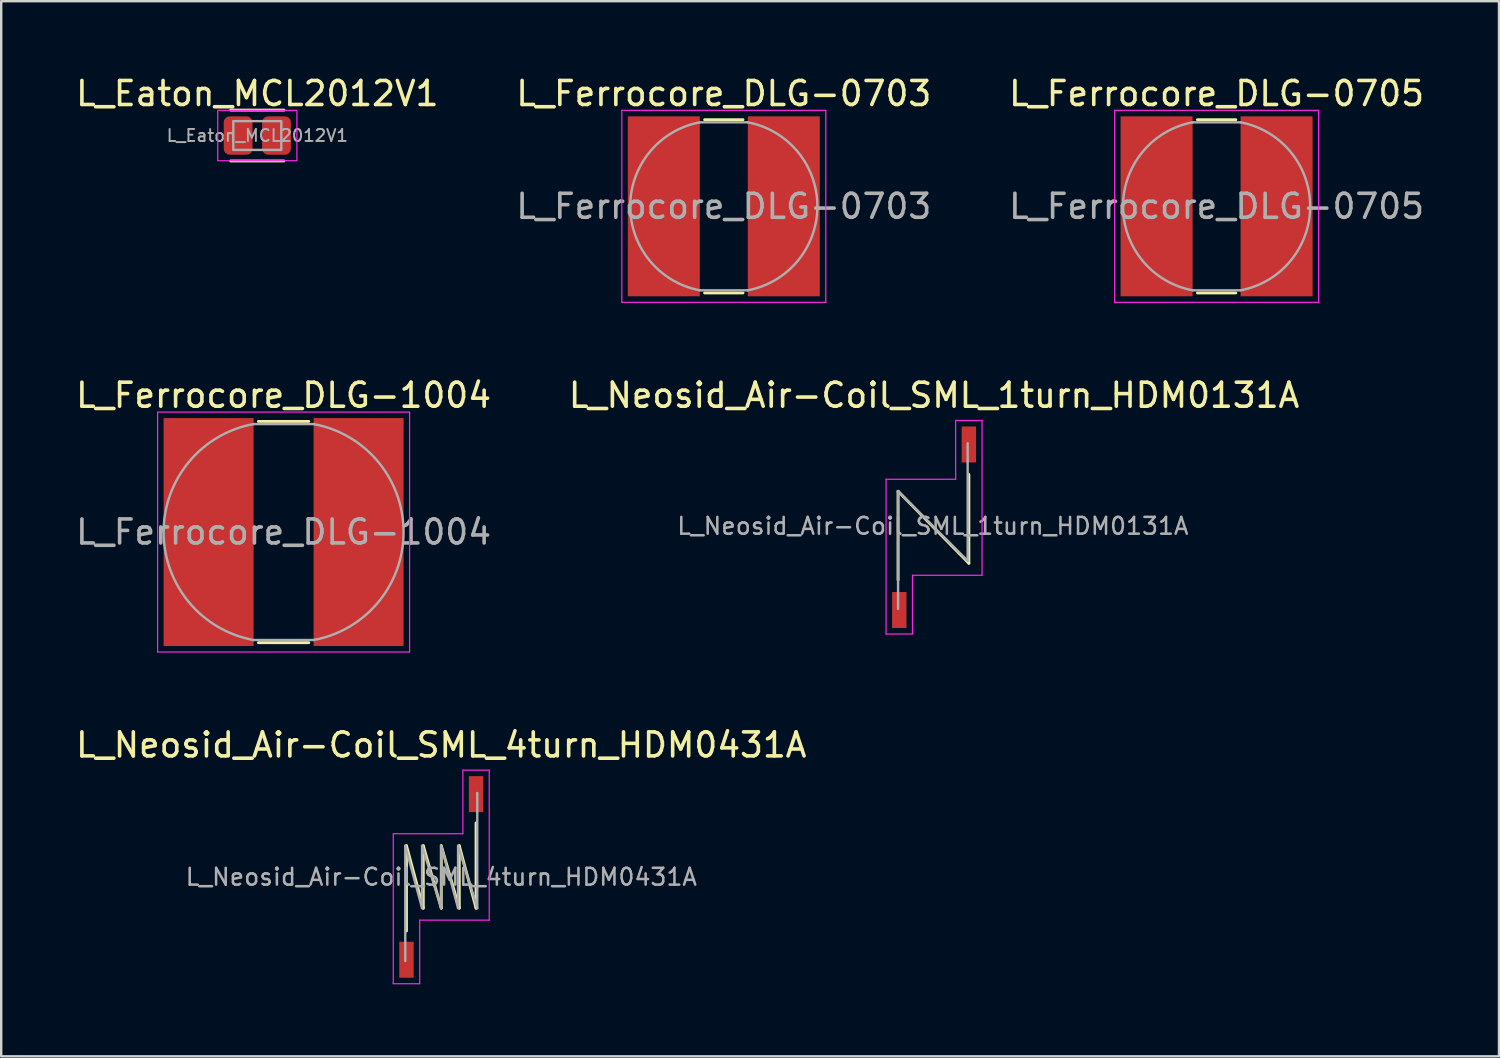
<source format=kicad_pcb>
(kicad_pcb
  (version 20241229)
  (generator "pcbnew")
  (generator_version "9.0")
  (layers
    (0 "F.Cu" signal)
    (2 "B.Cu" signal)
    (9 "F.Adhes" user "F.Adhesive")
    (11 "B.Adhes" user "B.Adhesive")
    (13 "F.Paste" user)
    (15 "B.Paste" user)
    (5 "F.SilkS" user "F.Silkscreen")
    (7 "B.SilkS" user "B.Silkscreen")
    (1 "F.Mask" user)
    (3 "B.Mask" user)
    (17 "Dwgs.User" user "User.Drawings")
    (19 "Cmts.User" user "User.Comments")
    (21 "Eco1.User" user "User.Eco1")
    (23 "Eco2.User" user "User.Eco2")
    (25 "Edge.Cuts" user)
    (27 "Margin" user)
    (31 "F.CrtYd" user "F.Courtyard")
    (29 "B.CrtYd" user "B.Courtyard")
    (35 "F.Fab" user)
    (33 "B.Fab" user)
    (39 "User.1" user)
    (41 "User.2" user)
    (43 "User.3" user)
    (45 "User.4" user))
  (footprint "L_Ferrocore_DLG-0705"
    (layer "F.Cu")
    (at 47.649 5.548)
    (property "Reference" "L_Ferrocore_DLG-0705" (at 0 -4.7 0) (layer "F.SilkS") (effects (font (size 1 1) (thickness 0.15))))
    (attr smd)
    (fp_line (start -0.8 -3.61) (end 0.8 -3.61) (stroke (width 0.12) (type solid)) (layer "F.SilkS"))
    (fp_line (start -0.8 3.61) (end 0.8 3.61) (stroke (width 0.12) (type solid)) (layer "F.SilkS"))
    (fp_line (start -4.25 -4) (end -4.25 4) (stroke (width 0.05) (type solid)) (layer "F.CrtYd"))
    (fp_line (start -4.25 4) (end 4.25 4) (stroke (width 0.05) (type solid)) (layer "F.CrtYd"))
    (fp_line (start 4.25 -4) (end -4.25 -4) (stroke (width 0.05) (type solid)) (layer "F.CrtYd"))
    (fp_line (start 4.25 4) (end 4.25 -4) (stroke (width 0.05) (type solid)) (layer "F.CrtYd"))
    (fp_line (start -1 -3.5) (end 1 -3.5) (stroke (width 0.1) (type solid)) (layer "F.Fab"))
    (fp_line (start -1 3.5) (end 1 3.5) (stroke (width 0.1) (type solid)) (layer "F.Fab"))
    (fp_arc (start -1 3.5) (mid -3.9 0) (end -1 -3.5) (stroke (width 0.1) (type solid)) (layer "F.Fab"))
    (fp_arc (start 1 -3.5) (mid 3.9 0) (end 1 3.5) (stroke (width 0.1) (type solid)) (layer "F.Fab"))
    (fp_text user "${REFERENCE}" (at 0 0 0) (layer "F.Fab") (effects (font (size 1 1) (thickness 0.15))))
    (pad "1" smd rect (at -2.5 0) (size 3 7.5) (layers "F.Cu" "F.Mask" "F.Paste"))
    (pad "2" smd rect (at 2.5 0) (size 3 7.5) (layers "F.Cu" "F.Mask" "F.Paste")))
  (footprint "L_Neosid_Air-Coil_SML_4turn_HDM0431A"
    (layer "F.Cu")
    (at 15.339 33.495)
    (property "Reference" "L_Neosid_Air-Coil_SML_4turn_HDM0431A" (at 0 -5.5 0) (layer "F.SilkS") (effects (font (size 1 1) (thickness 0.15))))
    (attr smd)
    (fp_line (start -1.45 -1.3) (end -1.45 2.25) (stroke (width 0.12) (type solid)) (layer "F.SilkS"))
    (fp_line (start -1.45 -1.3) (end -0.75 1.3) (stroke (width 0.12) (type solid)) (layer "F.SilkS"))
    (fp_line (start -0.75 -1.3) (end -0.75 1.3) (stroke (width 0.12) (type solid)) (layer "F.SilkS"))
    (fp_line (start -0.75 -1.3) (end 0 1.3) (stroke (width 0.12) (type solid)) (layer "F.SilkS"))
    (fp_line (start 0 -1.3) (end 0 1.3) (stroke (width 0.12) (type solid)) (layer "F.SilkS"))
    (fp_line (start 0 -1.3) (end 0.75 1.3) (stroke (width 0.12) (type solid)) (layer "F.SilkS"))
    (fp_line (start 0.75 -1.3) (end 0.75 1.3) (stroke (width 0.12) (type solid)) (layer "F.SilkS"))
    (fp_line (start 0.75 -1.3) (end 1.45 1.3) (stroke (width 0.12) (type solid)) (layer "F.SilkS"))
    (fp_line (start 1.45 1.3) (end 1.45 -2.25) (stroke (width 0.12) (type solid)) (layer "F.SilkS"))
    (fp_line (start -2 -1.8) (end -2 4.45) (stroke (width 0.05) (type solid)) (layer "F.CrtYd"))
    (fp_line (start -2 4.45) (end -0.9 4.45) (stroke (width 0.05) (type solid)) (layer "F.CrtYd"))
    (fp_line (start -0.9 1.8) (end 2 1.8) (stroke (width 0.05) (type solid)) (layer "F.CrtYd"))
    (fp_line (start -0.9 4.45) (end -0.9 1.8) (stroke (width 0.05) (type solid)) (layer "F.CrtYd"))
    (fp_line (start 0.9 -4.45) (end 0.9 -1.8) (stroke (width 0.05) (type solid)) (layer "F.CrtYd"))
    (fp_line (start 0.9 -1.8) (end -2 -1.8) (stroke (width 0.05) (type solid)) (layer "F.CrtYd"))
    (fp_line (start 2 -4.45) (end 0.9 -4.45) (stroke (width 0.05) (type solid)) (layer "F.CrtYd"))
    (fp_line (start 2 1.8) (end 2 -4.45) (stroke (width 0.05) (type solid)) (layer "F.CrtYd"))
    (fp_line (start -1.5 -1.3) (end -0.8 1.3) (stroke (width 0.1) (type solid)) (layer "F.Fab"))
    (fp_line (start -1.5 3.5) (end -1.5 -1.3) (stroke (width 0.1) (type solid)) (layer "F.Fab"))
    (fp_line (start -0.8 -1.3) (end 0 1.3) (stroke (width 0.1) (type solid)) (layer "F.Fab"))
    (fp_line (start -0.8 1.3) (end -0.8 -1.3) (stroke (width 0.1) (type solid)) (layer "F.Fab"))
    (fp_line (start 0 -1.3) (end 0.7 1.3) (stroke (width 0.1) (type solid)) (layer "F.Fab"))
    (fp_line (start 0 1.3) (end 0 -1.3) (stroke (width 0.1) (type solid)) (layer "F.Fab"))
    (fp_line (start 0.7 -1.3) (end 1.5 1.3) (stroke (width 0.1) (type solid)) (layer "F.Fab"))
    (fp_line (start 0.7 1.3) (end 0.7 -1.3) (stroke (width 0.1) (type solid)) (layer "F.Fab"))
    (fp_line (start 1.5 1.3) (end 1.5 -3.5) (stroke (width 0.1) (type solid)) (layer "F.Fab"))
    (fp_text user "${REFERENCE}" (at 0 0 0) (layer "F.Fab") (effects (font (size 0.7 0.7) (thickness 0.105))))
    (pad "1" smd rect (at -1.45 3.45) (size 0.6 1.5) (layers "F.Cu" "F.Mask" "F.Paste"))
    (pad "2" smd rect (at 1.45 -3.45) (size 0.6 1.5) (layers "F.Cu" "F.Mask" "F.Paste")))
  (footprint "L_Ferrocore_DLG-0703"
    (layer "F.Cu")
    (at 27.113 5.548)
    (property "Reference" "L_Ferrocore_DLG-0703" (at 0 -4.7 0) (layer "F.SilkS") (effects (font (size 1 1) (thickness 0.15))))
    (attr smd)
    (fp_line (start -0.8 -3.61) (end 0.8 -3.61) (stroke (width 0.12) (type solid)) (layer "F.SilkS"))
    (fp_line (start -0.8 3.61) (end 0.8 3.61) (stroke (width 0.12) (type solid)) (layer "F.SilkS"))
    (fp_line (start -4.25 -4) (end -4.25 4) (stroke (width 0.05) (type solid)) (layer "F.CrtYd"))
    (fp_line (start -4.25 4) (end 4.25 4) (stroke (width 0.05) (type solid)) (layer "F.CrtYd"))
    (fp_line (start 4.25 -4) (end -4.25 -4) (stroke (width 0.05) (type solid)) (layer "F.CrtYd"))
    (fp_line (start 4.25 4) (end 4.25 -4) (stroke (width 0.05) (type solid)) (layer "F.CrtYd"))
    (fp_line (start -1 -3.5) (end 1 -3.5) (stroke (width 0.1) (type solid)) (layer "F.Fab"))
    (fp_line (start -1 3.5) (end 1 3.5) (stroke (width 0.1) (type solid)) (layer "F.Fab"))
    (fp_arc (start -1 3.5) (mid -3.9 0) (end -1 -3.5) (stroke (width 0.1) (type solid)) (layer "F.Fab"))
    (fp_arc (start 1 -3.5) (mid 3.9 0) (end 1 3.5) (stroke (width 0.1) (type solid)) (layer "F.Fab"))
    (fp_text user "${REFERENCE}" (at 0 0 0) (layer "F.Fab") (effects (font (size 1 1) (thickness 0.15))))
    (pad "1" smd rect (at -2.5 0) (size 3 7.5) (layers "F.Cu" "F.Mask" "F.Paste"))
    (pad "2" smd rect (at 2.5 0) (size 3 7.5) (layers "F.Cu" "F.Mask" "F.Paste")))
  (footprint "L_Eaton_MCL2012V1"
    (layer "F.Cu")
    (at 7.673 2.598)
    (property "Reference" "L_Eaton_MCL2012V1" (at 0 -1.75 0) (layer "F.SilkS") (effects (font (size 1 1) (thickness 0.15))))
    (attr smd)
    (fp_line (start -1.11 -1.06) (end 1.11 -1.06) (stroke (width 0.12) (type solid)) (layer "F.SilkS"))
    (fp_line (start 1.11 1.06) (end -1.11 1.06) (stroke (width 0.12) (type solid)) (layer "F.SilkS"))
    (fp_rect (start -1.65 -1.05) (end 1.65 1.05) (stroke (width 0.05) (type solid)) (fill no) (layer "F.CrtYd"))
    (fp_rect (start -1 -0.6) (end 1 0.6) (stroke (width 0.1) (type solid)) (fill no) (layer "F.Fab"))
    (fp_text user "${REFERENCE}" (at 0 0 0) (layer "F.Fab") (effects (font (size 0.5 0.5) (thickness 0.08))))
    (pad "1" smd roundrect (at -0.8 0) (size 1.2 1.6) (layers "F.Cu" "F.Mask" "F.Paste") (roundrect_rratio 0.208))
    (pad "2" smd roundrect (at 0.8 0) (size 1.2 1.6) (layers "F.Cu" "F.Mask" "F.Paste") (roundrect_rratio 0.208)))
  (footprint "L_Neosid_Air-Coil_SML_1turn_HDM0131A"
    (layer "F.Cu")
    (at 35.875 18.922)
    (property "Reference" "L_Neosid_Air-Coil_SML_1turn_HDM0131A" (at 0 -5.5 0) (layer "F.SilkS") (effects (font (size 1 1) (thickness 0.15))))
    (attr smd)
    (fp_line (start -1.5 -1.5) (end -1.5 2.2) (stroke (width 0.12) (type solid)) (layer "F.SilkS"))
    (fp_line (start -1.5 -1.5) (end 1.45 1.5) (stroke (width 0.12) (type solid)) (layer "F.SilkS"))
    (fp_line (start 1.45 1.5) (end 1.45 -2.2) (stroke (width 0.12) (type solid)) (layer "F.SilkS"))
    (fp_line (start -2 -2) (end -2 4.45) (stroke (width 0.05) (type solid)) (layer "F.CrtYd"))
    (fp_line (start -2 4.45) (end -0.9 4.45) (stroke (width 0.05) (type solid)) (layer "F.CrtYd"))
    (fp_line (start -0.9 2) (end 2 2) (stroke (width 0.05) (type solid)) (layer "F.CrtYd"))
    (fp_line (start -0.9 4.45) (end -0.9 2) (stroke (width 0.05) (type solid)) (layer "F.CrtYd"))
    (fp_line (start 0.9 -4.45) (end 0.9 -2) (stroke (width 0.05) (type solid)) (layer "F.CrtYd"))
    (fp_line (start 0.9 -2) (end -2 -2) (stroke (width 0.05) (type solid)) (layer "F.CrtYd"))
    (fp_line (start 2 -4.45) (end 0.9 -4.45) (stroke (width 0.05) (type solid)) (layer "F.CrtYd"))
    (fp_line (start 2 2) (end 2 -4.45) (stroke (width 0.05) (type solid)) (layer "F.CrtYd"))
    (fp_line (start -1.5 -1.5) (end 1.4 1.4) (stroke (width 0.1) (type solid)) (layer "F.Fab"))
    (fp_line (start -1.5 3.4) (end -1.5 -1.5) (stroke (width 0.1) (type solid)) (layer "F.Fab"))
    (fp_line (start 1.4 1.4) (end 1.4 -3.5) (stroke (width 0.1) (type solid)) (layer "F.Fab"))
    (fp_text user "${REFERENCE}" (at -0.05 -0.05 0) (layer "F.Fab") (effects (font (size 0.7 0.7) (thickness 0.105))))
    (pad "1" smd rect (at -1.45 3.45) (size 0.6 1.5) (layers "F.Cu" "F.Mask" "F.Paste"))
    (pad "2" smd rect (at 1.45 -3.45) (size 0.6 1.5) (layers "F.Cu" "F.Mask" "F.Paste")))
  (footprint "L_Ferrocore_DLG-1004"
    (layer "F.Cu")
    (at 8.768 19.122)
    (property "Reference" "L_Ferrocore_DLG-1004" (at 0 -5.7 0) (layer "F.SilkS") (effects (font (size 1 1) (thickness 0.15))))
    (attr smd)
    (fp_line (start -1.05 -4.61) (end 1.05 -4.61) (stroke (width 0.12) (type solid)) (layer "F.SilkS"))
    (fp_line (start -1.05 4.61) (end 1.05 4.61) (stroke (width 0.12) (type solid)) (layer "F.SilkS"))
    (fp_line (start -5.25 -5) (end -5.25 5) (stroke (width 0.05) (type solid)) (layer "F.CrtYd"))
    (fp_line (start -5.25 5) (end 5.25 5) (stroke (width 0.05) (type solid)) (layer "F.CrtYd"))
    (fp_line (start 5.25 -5) (end -5.25 -5) (stroke (width 0.05) (type solid)) (layer "F.CrtYd"))
    (fp_line (start 5.25 5) (end 5.25 -5) (stroke (width 0.05) (type solid)) (layer "F.CrtYd"))
    (fp_line (start -1.25 -4.5) (end 1.25 -4.5) (stroke (width 0.1) (type solid)) (layer "F.Fab"))
    (fp_line (start -1.25 4.5) (end 1.25 4.5) (stroke (width 0.1) (type solid)) (layer "F.Fab"))
    (fp_arc (start -1.25 4.5) (mid -5 0) (end -1.25 -4.5) (stroke (width 0.1) (type solid)) (layer "F.Fab"))
    (fp_arc (start 1.25 -4.5) (mid 5 0) (end 1.25 4.5) (stroke (width 0.1) (type solid)) (layer "F.Fab"))
    (fp_text user "${REFERENCE}" (at 0 0 0) (layer "F.Fab") (effects (font (size 1 1) (thickness 0.15))))
    (pad "1" smd rect (at -3.125 0) (size 3.75 9.5) (layers "F.Cu" "F.Mask" "F.Paste"))
    (pad "2" smd rect (at 3.125 0) (size 3.75 9.5) (layers "F.Cu" "F.Mask" "F.Paste")))
  (gr_rect
    (start -3 -3)
    (end 59.417 40.97)
    (stroke (width 0.1) (type default))
    (fill no)
    (layer "Edge.Cuts")))
</source>
